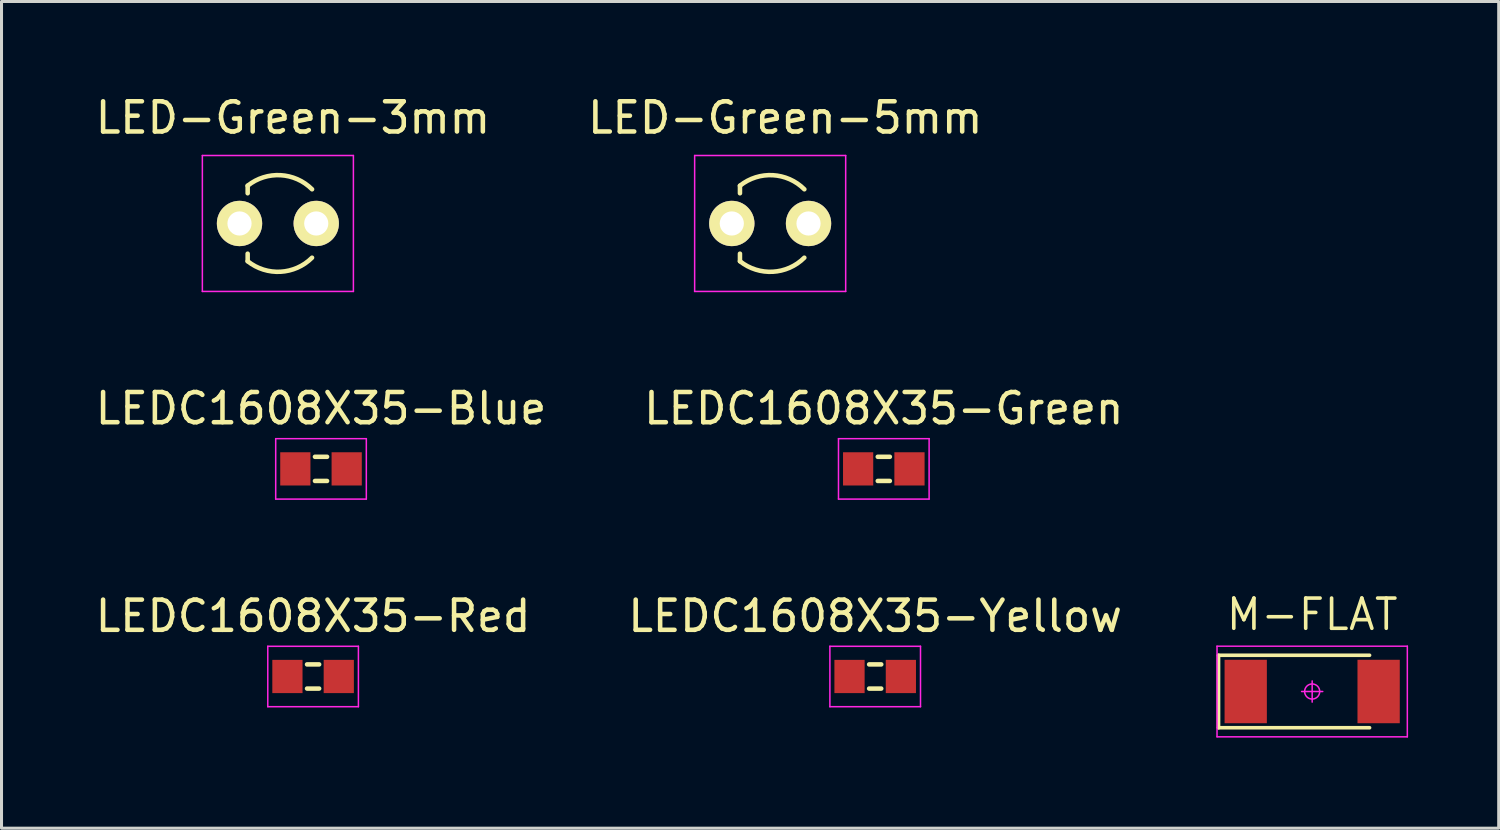
<source format=kicad_pcb>
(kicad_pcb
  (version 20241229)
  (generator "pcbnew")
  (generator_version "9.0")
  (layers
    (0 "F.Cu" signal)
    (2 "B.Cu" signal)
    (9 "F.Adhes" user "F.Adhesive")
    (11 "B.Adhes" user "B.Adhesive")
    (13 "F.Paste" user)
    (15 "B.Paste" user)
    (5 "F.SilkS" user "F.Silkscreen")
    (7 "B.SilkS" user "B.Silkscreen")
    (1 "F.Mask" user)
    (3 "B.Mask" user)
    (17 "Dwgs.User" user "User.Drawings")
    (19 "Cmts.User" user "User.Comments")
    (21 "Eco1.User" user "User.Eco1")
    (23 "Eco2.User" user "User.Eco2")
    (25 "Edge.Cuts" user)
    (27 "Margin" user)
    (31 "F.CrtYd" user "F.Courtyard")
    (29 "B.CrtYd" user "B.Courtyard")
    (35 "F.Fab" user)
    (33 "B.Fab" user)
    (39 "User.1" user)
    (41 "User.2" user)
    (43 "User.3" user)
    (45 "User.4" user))
  (footprint "LEDC1608X35-Yellow"
    (layer "F.Cu")
    (at 25.923 19.345)
    (property "Reference" "LEDC1608X35-Yellow" (at 0 -2 0) (layer "F.SilkS") (effects (font (size 1 1) (thickness 0.15))))
    (attr smd)
    (fp_line (start -0.2 -0.4) (end 0.2 -0.4) (stroke (width 0.15) (type solid)) (layer "F.SilkS"))
    (fp_line (start -0.2 0.4) (end 0.2 0.4) (stroke (width 0.15) (type solid)) (layer "F.SilkS"))
    (fp_line (start -1.5 -1) (end 1.5 -1) (stroke (width 0.05) (type solid)) (layer "F.CrtYd"))
    (fp_line (start -1.5 1) (end -1.5 -1) (stroke (width 0.05) (type solid)) (layer "F.CrtYd"))
    (fp_line (start 1.5 -1) (end 1.5 1) (stroke (width 0.05) (type solid)) (layer "F.CrtYd"))
    (fp_line (start 1.5 1) (end -1.5 1) (stroke (width 0.05) (type solid)) (layer "F.CrtYd"))
    (pad "1" smd rect (at -0.85 0) (size 1 1.1) (layers "F.Cu" "F.Mask" "F.Paste"))
    (pad "2" smd rect (at 0.85 0) (size 1 1.1) (layers "F.Cu" "F.Mask" "F.Paste")))
  (footprint "LEDC1608X35-Green"
    (layer "F.Cu")
    (at 26.208 12.472)
    (property "Reference" "LEDC1608X35-Green" (at 0 -2 0) (layer "F.SilkS") (effects (font (size 1 1) (thickness 0.15))))
    (attr through_hole)
    (fp_line (start -0.2 -0.4) (end 0.2 -0.4) (stroke (width 0.15) (type solid)) (layer "F.SilkS"))
    (fp_line (start -0.2 0.4) (end 0.2 0.4) (stroke (width 0.15) (type solid)) (layer "F.SilkS"))
    (fp_line (start -1.5 -1) (end 1.5 -1) (stroke (width 0.05) (type solid)) (layer "F.CrtYd"))
    (fp_line (start -1.5 1) (end -1.5 -1) (stroke (width 0.05) (type solid)) (layer "F.CrtYd"))
    (fp_line (start 1.5 -1) (end 1.5 1) (stroke (width 0.05) (type solid)) (layer "F.CrtYd"))
    (fp_line (start 1.5 1) (end -1.5 1) (stroke (width 0.05) (type solid)) (layer "F.CrtYd"))
    (pad "1" smd rect (at -0.85 0) (size 1 1.1) (layers "F.Cu" "F.Mask" "F.Paste"))
    (pad "2" smd rect (at 0.85 0) (size 1 1.1) (layers "F.Cu" "F.Mask" "F.Paste")))
  (footprint "LEDC1608X35-Blue"
    (layer "F.Cu")
    (at 7.577 12.472)
    (property "Reference" "LEDC1608X35-Blue" (at 0 -2 0) (layer "F.SilkS") (effects (font (size 1 1) (thickness 0.15))))
    (attr through_hole)
    (fp_line (start -0.2 -0.4) (end 0.2 -0.4) (stroke (width 0.15) (type solid)) (layer "F.SilkS"))
    (fp_line (start -0.2 0.4) (end 0.2 0.4) (stroke (width 0.15) (type solid)) (layer "F.SilkS"))
    (fp_line (start -1.5 -1) (end 1.5 -1) (stroke (width 0.05) (type solid)) (layer "F.CrtYd"))
    (fp_line (start -1.5 1) (end -1.5 -1) (stroke (width 0.05) (type solid)) (layer "F.CrtYd"))
    (fp_line (start 1.5 -1) (end 1.5 1) (stroke (width 0.05) (type solid)) (layer "F.CrtYd"))
    (fp_line (start 1.5 1) (end -1.5 1) (stroke (width 0.05) (type solid)) (layer "F.CrtYd"))
    (pad "1" smd rect (at -0.85 0) (size 1 1.1) (layers "F.Cu" "F.Mask" "F.Paste"))
    (pad "2" smd rect (at 0.85 0) (size 1 1.1) (layers "F.Cu" "F.Mask" "F.Paste")))
  (footprint "M-FLAT"
    (layer "F.Cu")
    (at 40.389 19.842)
    (property "Reference" "M-FLAT" (at 0 -2.55 0) (layer "F.SilkS") (effects (font (size 1 1) (thickness 0.12))))
    (attr smd)
    (fp_line (start -3.1 -1.2) (end -3.1 1.2) (stroke (width 0.12) (type solid)) (layer "F.SilkS"))
    (fp_line (start -3.1 1.2) (end 1.9 1.2) (stroke (width 0.12) (type solid)) (layer "F.SilkS"))
    (fp_line (start 1.9 -1.2) (end -3.1 -1.2) (stroke (width 0.12) (type solid)) (layer "F.SilkS"))
    (fp_line (start -3.15 -1.5) (end 3.15 -1.5) (stroke (width 0.05) (type solid)) (layer "F.CrtYd"))
    (fp_line (start -3.15 1.5) (end -3.15 -1.5) (stroke (width 0.05) (type solid)) (layer "F.CrtYd"))
    (fp_line (start -0.35 0) (end 0.35 0) (stroke (width 0.05) (type solid)) (layer "F.CrtYd"))
    (fp_line (start 0 -0.35) (end 0 0.35) (stroke (width 0.05) (type solid)) (layer "F.CrtYd"))
    (fp_line (start 3.15 -1.5) (end 3.15 1.5) (stroke (width 0.05) (type solid)) (layer "F.CrtYd"))
    (fp_line (start 3.15 1.5) (end -3.15 1.5) (stroke (width 0.05) (type solid)) (layer "F.CrtYd"))
    (fp_circle (center 0 0) (end 0.25 0) (stroke (width 0.05) (type solid)) (fill no) (layer "F.CrtYd"))
    (pad "1" smd rect (at -2.2 0) (size 1.4 2.1) (layers "F.Cu" "F.Mask" "F.Paste"))
    (pad "2" smd rect (at 2.2 0) (size 1.4 2.1) (layers "F.Cu" "F.Mask" "F.Paste")))
  (footprint "LEDC1608X35-Red"
    (layer "F.Cu")
    (at 7.315 19.345)
    (property "Reference" "LEDC1608X35-Red" (at 0 -2 0) (layer "F.SilkS") (effects (font (size 1 1) (thickness 0.15))))
    (attr smd)
    (fp_line (start -0.2 -0.4) (end 0.2 -0.4) (stroke (width 0.15) (type solid)) (layer "F.SilkS"))
    (fp_line (start -0.2 0.4) (end 0.2 0.4) (stroke (width 0.15) (type solid)) (layer "F.SilkS"))
    (fp_line (start -1.5 -1) (end 1.5 -1) (stroke (width 0.05) (type solid)) (layer "F.CrtYd"))
    (fp_line (start -1.5 1) (end -1.5 -1) (stroke (width 0.05) (type solid)) (layer "F.CrtYd"))
    (fp_line (start 1.5 -1) (end 1.5 1) (stroke (width 0.05) (type solid)) (layer "F.CrtYd"))
    (fp_line (start 1.5 1) (end -1.5 1) (stroke (width 0.05) (type solid)) (layer "F.CrtYd"))
    (pad "1" smd rect (at -0.85 0) (size 1 1.1) (layers "F.Cu" "F.Mask" "F.Paste"))
    (pad "2" smd rect (at 0.85 0) (size 1 1.1) (layers "F.Cu" "F.Mask" "F.Paste")))
  (footprint "LED-Green-5mm"
    (layer "F.Cu")
    (at 22.446 4.348)
    (property "Reference" "LED-Green-5mm" (at 0.5 -3.5 0) (layer "F.SilkS") (effects (font (size 1 1) (thickness 0.15))))
    (attr through_hole)
    (fp_line (start -1 -1) (end -1 -1.25) (stroke (width 0.15) (type solid)) (layer "F.SilkS"))
    (fp_line (start -1 1.25) (end -1 1) (stroke (width 0.15) (type solid)) (layer "F.SilkS"))
    (fp_arc (start -1 -1.25) (mid 0.088524 -1.598331) (end 1.131923 -1.131923) (stroke (width 0.15) (type solid)) (layer "F.SilkS"))
    (fp_arc (start 1.130741 1.133104) (mid 0.08769 1.598377) (end -1 1.25) (stroke (width 0.15) (type solid)) (layer "F.SilkS"))
    (fp_line (start -2.5 -2.25) (end 2.5 -2.25) (stroke (width 0.05) (type solid)) (layer "F.CrtYd"))
    (fp_line (start -2.5 2.25) (end -2.5 -2.25) (stroke (width 0.05) (type solid)) (layer "F.CrtYd"))
    (fp_line (start 2.5 -2.25) (end 2.5 2.25) (stroke (width 0.05) (type solid)) (layer "F.CrtYd"))
    (fp_line (start 2.5 2.25) (end -2.5 2.25) (stroke (width 0.05) (type solid)) (layer "F.CrtYd"))
    (pad "1" thru_hole circle (at -1.27 0) (size 1.5 1.5) (drill 0.8) (layers "*.Cu" "*.Mask" "F.SilkS"))
    (pad "2" thru_hole circle (at 1.27 0) (size 1.5 1.5) (drill 0.8) (layers "*.Cu" "*.Mask" "F.SilkS")))
  (footprint "LED-Green-3mm"
    (layer "F.Cu")
    (at 6.149 4.348)
    (property "Reference" "LED-Green-3mm" (at 0.5 -3.5 0) (layer "F.SilkS") (effects (font (size 1 1) (thickness 0.15))))
    (attr through_hole)
    (fp_line (start -1 -1) (end -1 -1.25) (stroke (width 0.15) (type solid)) (layer "F.SilkS"))
    (fp_line (start -1 1.25) (end -1 1) (stroke (width 0.15) (type solid)) (layer "F.SilkS"))
    (fp_arc (start -1 -1.25) (mid 0.088524 -1.598331) (end 1.131923 -1.131923) (stroke (width 0.15) (type solid)) (layer "F.SilkS"))
    (fp_arc (start 1.130741 1.133104) (mid 0.08769 1.598377) (end -1 1.25) (stroke (width 0.15) (type solid)) (layer "F.SilkS"))
    (fp_line (start -2.5 -2.25) (end 2.5 -2.25) (stroke (width 0.05) (type solid)) (layer "F.CrtYd"))
    (fp_line (start -2.5 2.25) (end -2.5 -2.25) (stroke (width 0.05) (type solid)) (layer "F.CrtYd"))
    (fp_line (start 2.5 -2.25) (end 2.5 2.25) (stroke (width 0.05) (type solid)) (layer "F.CrtYd"))
    (fp_line (start 2.5 2.25) (end -2.5 2.25) (stroke (width 0.05) (type solid)) (layer "F.CrtYd"))
    (pad "1" thru_hole circle (at -1.27 0) (size 1.5 1.5) (drill 0.8) (layers "*.Cu" "*.Mask" "F.SilkS"))
    (pad "2" thru_hole circle (at 1.27 0) (size 1.5 1.5) (drill 0.8) (layers "*.Cu" "*.Mask" "F.SilkS")))
  (gr_rect
    (start -3 -3)
    (end 46.564 24.367)
    (stroke (width 0.1) (type default))
    (fill no)
    (layer "Edge.Cuts")))
</source>
